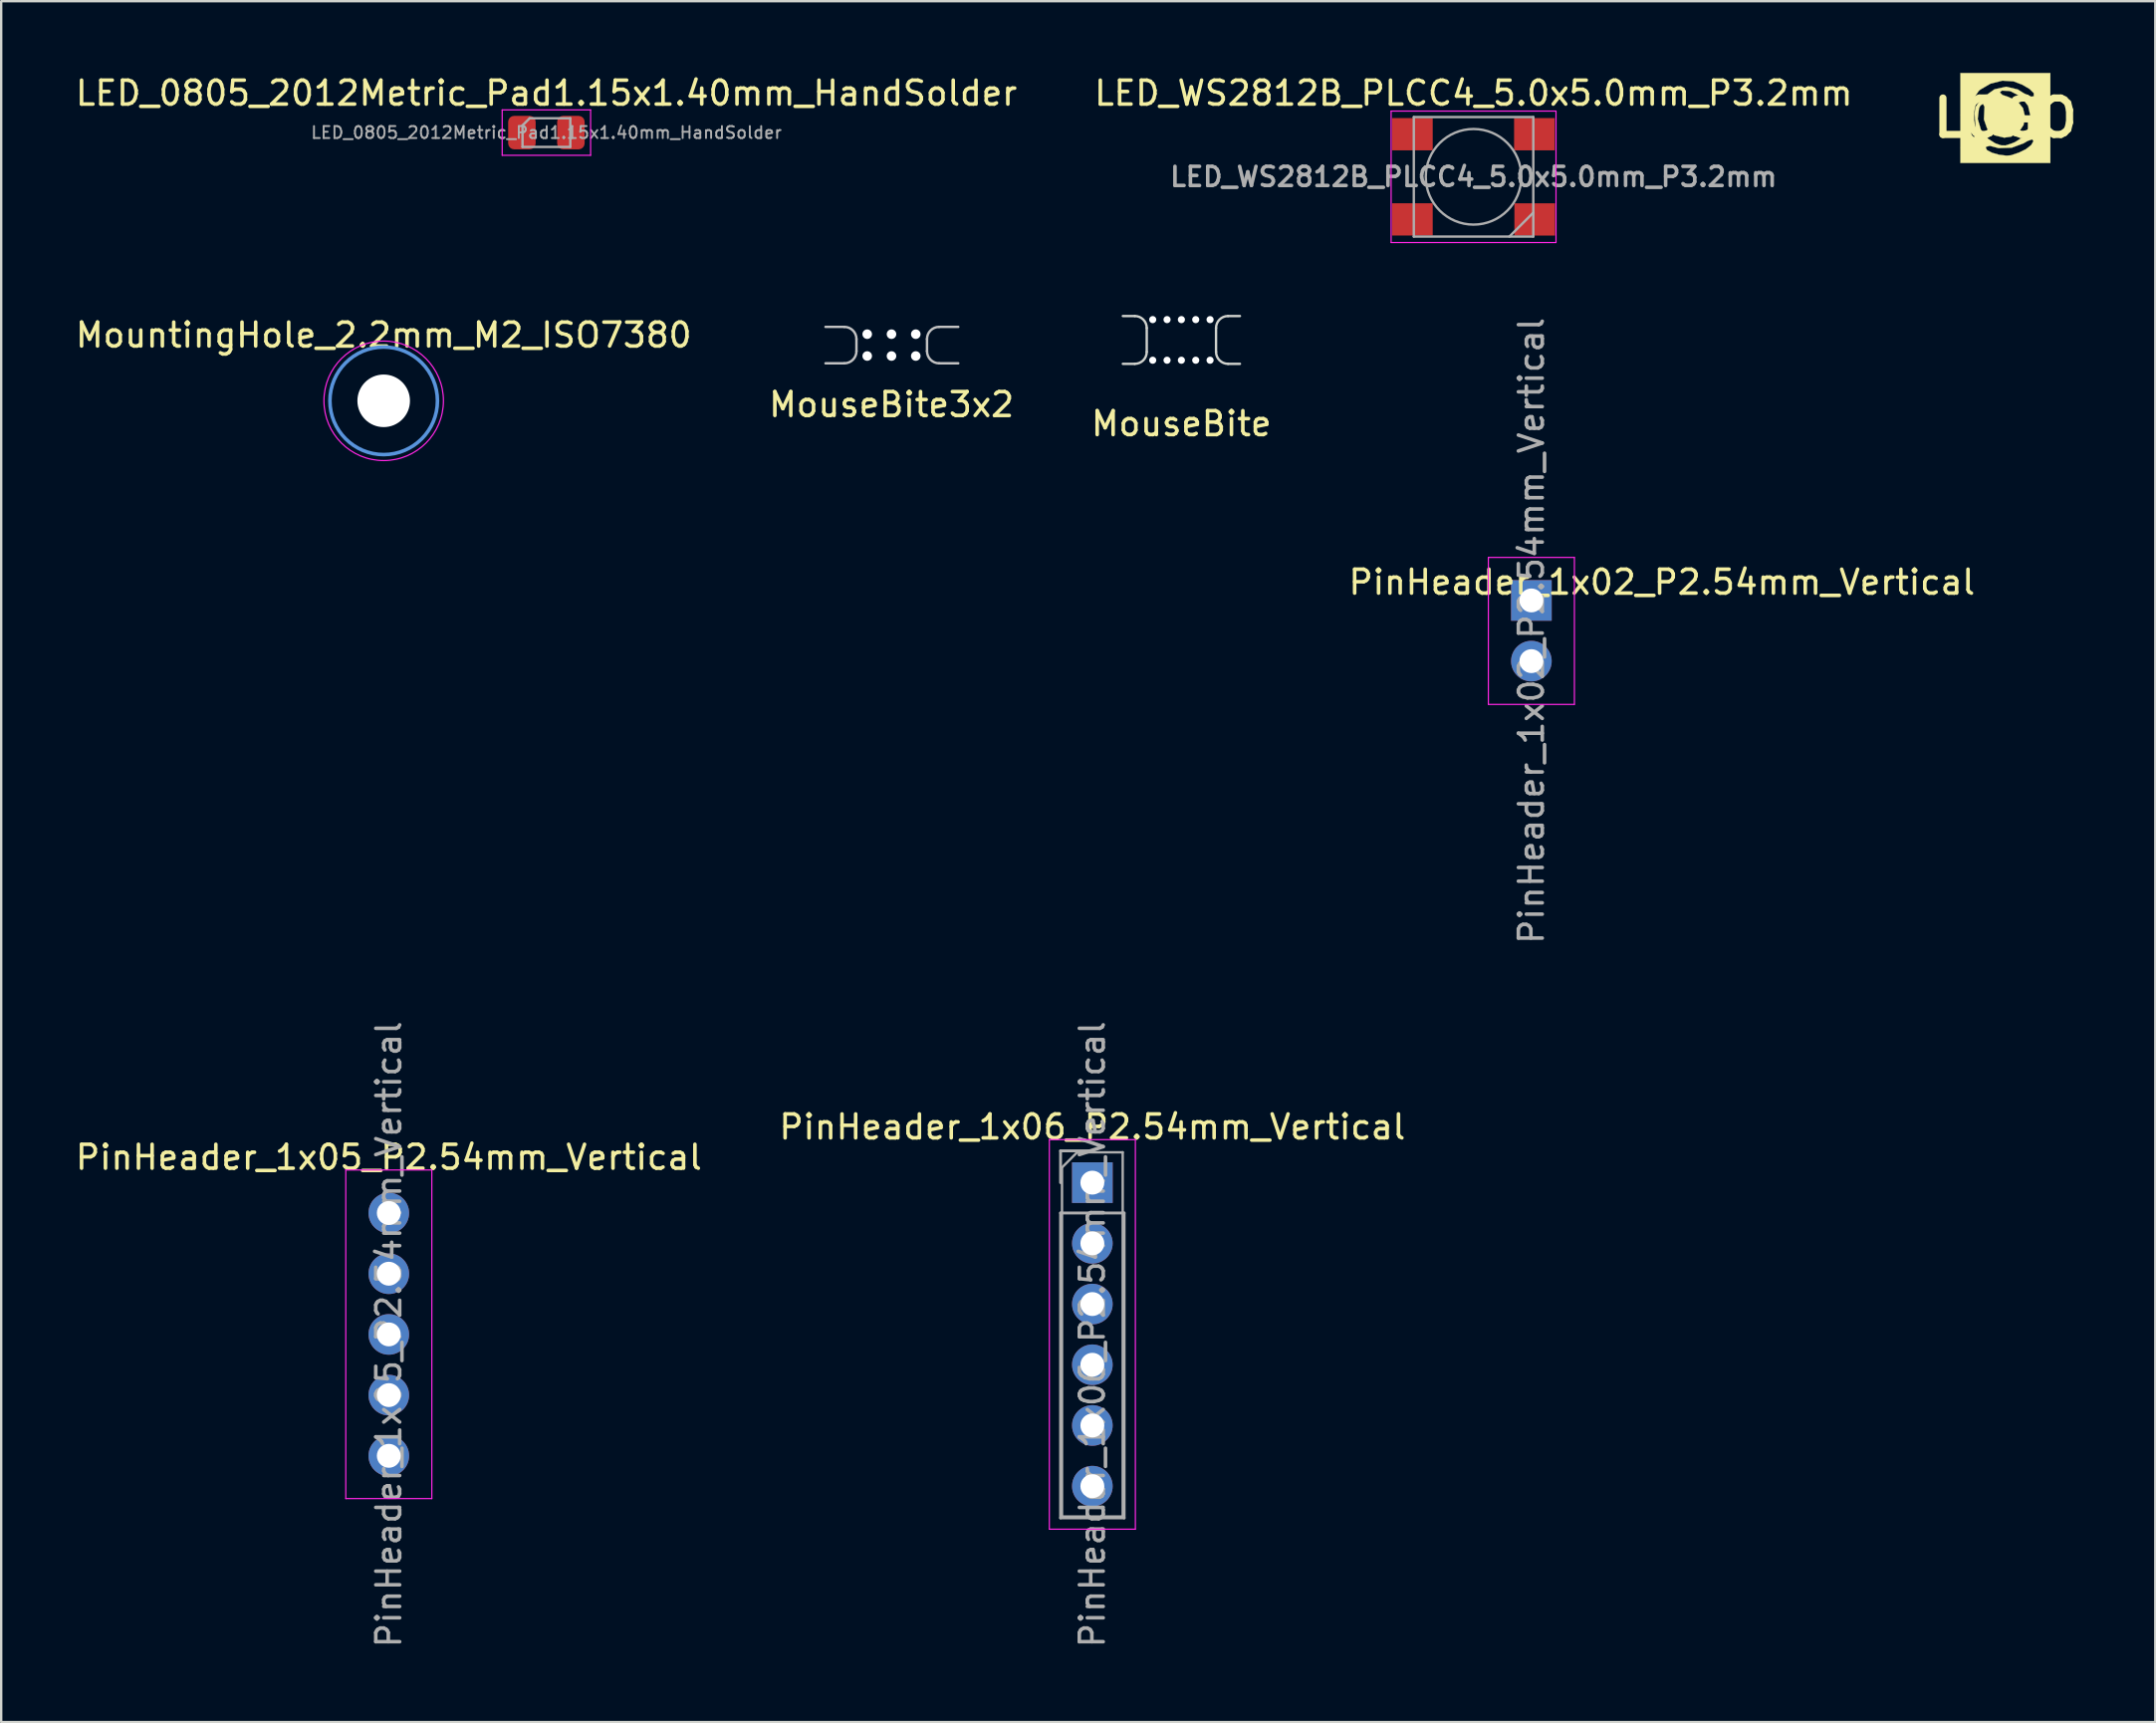
<source format=kicad_pcb>
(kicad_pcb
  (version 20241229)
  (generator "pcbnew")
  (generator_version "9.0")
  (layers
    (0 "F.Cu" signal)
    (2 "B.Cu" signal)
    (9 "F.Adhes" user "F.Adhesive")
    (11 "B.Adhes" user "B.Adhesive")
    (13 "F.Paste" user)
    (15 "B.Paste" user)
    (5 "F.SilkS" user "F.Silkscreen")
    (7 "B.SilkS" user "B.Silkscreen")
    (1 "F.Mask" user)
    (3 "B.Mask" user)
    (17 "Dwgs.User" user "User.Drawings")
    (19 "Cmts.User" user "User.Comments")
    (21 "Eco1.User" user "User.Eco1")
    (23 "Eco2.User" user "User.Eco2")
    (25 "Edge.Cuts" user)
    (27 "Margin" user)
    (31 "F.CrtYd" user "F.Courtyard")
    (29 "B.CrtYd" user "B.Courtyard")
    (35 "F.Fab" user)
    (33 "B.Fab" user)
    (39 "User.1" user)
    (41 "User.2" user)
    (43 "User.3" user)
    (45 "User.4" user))
  (footprint "MountingHole_2.2mm_M2_ISO7380"
    (layer "F.Cu")
    (at 13.006 13.721)
    (property "Reference" "MountingHole_2.2mm_M2_ISO7380" (at 0 -2.75 0) (layer "F.SilkS") (effects (font (size 1 1) (thickness 0.15))))
    (attr exclude_from_bom)
    (fp_circle (center 0 0) (end 2.25 0) (stroke (width 0.15) (type solid)) (fill no) (layer "Cmts.User"))
    (fp_circle (center 0 0) (end 2.5 0) (stroke (width 0.05) (type solid)) (fill no) (layer "F.CrtYd"))
    (pad "" np_thru_hole circle (at 0 0) (size 2.2 2.2) (drill 3) (layers "*.Cu" "*.Mask")))
  (footprint "MouseBite"
    (layer "F.Cu")
    (at 46.387 11.173)
    (property "Reference" "MouseBite" (at 0 3.505 0) (layer "F.SilkS") (effects (font (size 1 1) (thickness 0.15))))
    (attr exclude_from_bom)
    (fp_line (start -1.95 -1) (end -2.45 -1) (stroke (width 0.1) (type solid)) (layer "Edge.Cuts"))
    (fp_line (start -1.95 1) (end -2.45 1) (stroke (width 0.1) (type solid)) (layer "Edge.Cuts"))
    (fp_line (start -1.45 -0.5) (end -1.45 0.5) (stroke (width 0.1) (type solid)) (layer "Edge.Cuts"))
    (fp_line (start 1.45 -0.5) (end 1.45 0.5) (stroke (width 0.1) (type solid)) (layer "Edge.Cuts"))
    (fp_line (start 1.95 -1) (end 2.45 -1) (stroke (width 0.1) (type solid)) (layer "Edge.Cuts"))
    (fp_line (start 1.95 1) (end 2.45 1) (stroke (width 0.1) (type solid)) (layer "Edge.Cuts"))
    (fp_arc (start -1.95 -1) (mid -1.596447 -0.853553) (end -1.45 -0.5) (stroke (width 0.1) (type solid)) (layer "Edge.Cuts"))
    (fp_arc (start -1.45 0.5) (mid -1.596447 0.853553) (end -1.95 1) (stroke (width 0.1) (type solid)) (layer "Edge.Cuts"))
    (fp_arc (start 1.449999 -0.5) (mid 1.596446 -0.853554) (end 1.949999 -1) (stroke (width 0.1) (type solid)) (layer "Edge.Cuts"))
    (fp_arc (start 1.949999 1) (mid 1.596446 0.853553) (end 1.449999 0.5) (stroke (width 0.1) (type solid)) (layer "Edge.Cuts"))
    (pad "" np_thru_hole circle (at -1.2 -0.85) (size 0.3 0.3) (drill 0.3) (layers "*.Cu" "*.Mask"))
    (pad "" np_thru_hole circle (at -1.2 0.85) (size 0.3 0.3) (drill 0.3) (layers "*.Cu" "*.Mask"))
    (pad "" np_thru_hole circle (at -0.6 -0.85) (size 0.3 0.3) (drill 0.3) (layers "*.Cu" "*.Mask"))
    (pad "" np_thru_hole circle (at -0.6 0.85) (size 0.3 0.3) (drill 0.3) (layers "*.Cu" "*.Mask"))
    (pad "" np_thru_hole circle (at 0 -0.85) (size 0.3 0.3) (drill 0.3) (layers "*.Cu" "*.Mask"))
    (pad "" np_thru_hole circle (at 0 0.85) (size 0.3 0.3) (drill 0.3) (layers "*.Cu" "*.Mask"))
    (pad "" np_thru_hole circle (at 0.6 -0.85) (size 0.3 0.3) (drill 0.3) (layers "*.Cu" "*.Mask"))
    (pad "" np_thru_hole circle (at 0.6 0.85) (size 0.3 0.3) (drill 0.3) (layers "*.Cu" "*.Mask"))
    (pad "" np_thru_hole circle (at 1.2 -0.85) (size 0.3 0.3) (drill 0.3) (layers "*.Cu" "*.Mask"))
    (pad "" np_thru_hole circle (at 1.2 0.85) (size 0.3 0.3) (drill 0.3) (layers "*.Cu" "*.Mask")))
  (footprint "LED_WS2812B_PLCC4_5.0x5.0mm_P3.2mm"
    (layer "F.Cu")
    (at 58.613 4.348)
    (property "Reference" "LED_WS2812B_PLCC4_5.0x5.0mm_P3.2mm" (at 0 -3.5 0) (layer "F.SilkS") (effects (font (size 1 1) (thickness 0.15))))
    (attr smd)
    (fp_line (start -3.45 -2.75) (end -3.45 2.75) (stroke (width 0.05) (type solid)) (layer "F.CrtYd"))
    (fp_line (start -3.45 2.75) (end 3.45 2.75) (stroke (width 0.05) (type solid)) (layer "F.CrtYd"))
    (fp_line (start 3.45 -2.75) (end -3.45 -2.75) (stroke (width 0.05) (type solid)) (layer "F.CrtYd"))
    (fp_line (start 3.45 2.75) (end 3.45 -2.75) (stroke (width 0.05) (type solid)) (layer "F.CrtYd"))
    (fp_line (start -2.5 -2.5) (end -2.5 2.5) (stroke (width 0.1) (type solid)) (layer "F.Fab"))
    (fp_line (start -2.5 2.5) (end 2.5 2.5) (stroke (width 0.1) (type solid)) (layer "F.Fab"))
    (fp_line (start 2.5 -2.5) (end -2.5 -2.5) (stroke (width 0.1) (type solid)) (layer "F.Fab"))
    (fp_line (start 2.5 1.5) (end 1.5 2.5) (stroke (width 0.1) (type solid)) (layer "F.Fab"))
    (fp_line (start 2.5 2.5) (end 2.5 -2.5) (stroke (width 0.1) (type solid)) (layer "F.Fab"))
    (fp_circle (center 0 0) (end 0 -2) (stroke (width 0.1) (type solid)) (fill no) (layer "F.Fab"))
    (fp_text user "${REFERENCE}" (at 0 0 0) (layer "F.Fab") (effects (font (size 0.8 0.8) (thickness 0.15))))
    (pad "1" smd rect (at -2.559 -1.782) (size 1.7 1.35) (layers "F.Cu" "F.Mask" "F.Paste"))
    (pad "2" smd rect (at -2.559 1.782) (size 1.7 1.35) (layers "F.Cu" "F.Mask" "F.Paste"))
    (pad "3" smd rect (at 2.559 1.784) (size 1.7 1.35) (layers "F.Cu" "F.Mask" "F.Paste"))
    (pad "4" smd rect (at 2.546 -1.782) (size 1.7 1.35) (layers "F.Cu" "F.Mask" "F.Paste")))
  (footprint "PinHeader_1x02_P2.54mm_Vertical"
    (layer "F.Cu")
    (at 61.033 22.073)
    (property "Reference" "PinHeader_1x02_P2.54mm_Vertical" (at 5.461 -0.762 0) (layer "F.SilkS") (effects (font (size 1 1) (thickness 0.15))))
    (fp_line (start -1.8 -1.8) (end -1.8 4.35) (stroke (width 0.05) (type solid)) (layer "F.CrtYd"))
    (fp_line (start -1.8 4.35) (end 1.8 4.35) (stroke (width 0.05) (type solid)) (layer "F.CrtYd"))
    (fp_line (start 1.8 -1.8) (end -1.8 -1.8) (stroke (width 0.05) (type solid)) (layer "F.CrtYd"))
    (fp_line (start 1.8 4.35) (end 1.8 -1.8) (stroke (width 0.05) (type solid)) (layer "F.CrtYd"))
    (fp_text user "${REFERENCE}" (at 0 1.27 90) (layer "F.Fab") (effects (font (size 1 1) (thickness 0.15))))
    (pad "1" thru_hole rect (at 0 0 180) (size 1.7 1.7) (drill 1) (layers "*.Cu" "*.Mask"))
    (pad "2" thru_hole oval (at 0 2.54 180) (size 1.7 1.7) (drill 1) (layers "*.Cu" "*.Mask")))
  (footprint "LED_0805_2012Metric_Pad1.15x1.40mm_HandSolder"
    (layer "F.Cu")
    (at 19.815 2.498)
    (property "Reference" "LED_0805_2012Metric_Pad1.15x1.40mm_HandSolder" (at 0 -1.65 0) (layer "F.SilkS") (effects (font (size 1 1) (thickness 0.15))))
    (attr smd)
    (fp_line (start -1.85 -0.95) (end 1.85 -0.95) (stroke (width 0.05) (type solid)) (layer "F.CrtYd"))
    (fp_line (start -1.85 0.95) (end -1.85 -0.95) (stroke (width 0.05) (type solid)) (layer "F.CrtYd"))
    (fp_line (start 1.85 -0.95) (end 1.85 0.95) (stroke (width 0.05) (type solid)) (layer "F.CrtYd"))
    (fp_line (start 1.85 0.95) (end -1.85 0.95) (stroke (width 0.05) (type solid)) (layer "F.CrtYd"))
    (fp_line (start -1 -0.3) (end -1 0.6) (stroke (width 0.1) (type solid)) (layer "F.Fab"))
    (fp_line (start -1 0.6) (end 1 0.6) (stroke (width 0.1) (type solid)) (layer "F.Fab"))
    (fp_line (start -0.7 -0.6) (end -1 -0.3) (stroke (width 0.1) (type solid)) (layer "F.Fab"))
    (fp_line (start 1 -0.6) (end -0.7 -0.6) (stroke (width 0.1) (type solid)) (layer "F.Fab"))
    (fp_line (start 1 0.6) (end 1 -0.6) (stroke (width 0.1) (type solid)) (layer "F.Fab"))
    (fp_text user "${REFERENCE}" (at 0 0 0) (layer "F.Fab") (effects (font (size 0.5 0.5) (thickness 0.08))))
    (pad "1" smd roundrect (at -1.025 0) (size 1.15 1.4) (layers "F.Cu" "F.Mask" "F.Paste") (roundrect_rratio 0.217))
    (pad "2" smd roundrect (at 1.025 0) (size 1.15 1.4) (layers "F.Cu" "F.Mask" "F.Paste") (roundrect_rratio 0.217)))
  (footprint "LOGO"
    (layer "F.Cu")
    (at 80.868 1.886)
    (property "Reference" "LOGO" (at 0 0 0) (layer "F.SilkS") (effects (font (size 1.524 1.524) (thickness 0.3))))
    (attr through_hole exclude_from_bom)
    (fp_poly (pts (xy 1.881 1.881) (xy -1.881 1.881) (xy -1.881 1.235) (xy -0.823 1.235) (xy -0.771 1.346) (xy -0.558 1.456) (xy -0.26 1.54) (xy 0.049 1.577) (xy 0.235 1.562) (xy 0.558 1.453) (xy 0.853 1.311) (xy 1.079 1.135) (xy 1.176 0.968) (xy 1.176 0.965) (xy 1.119 0.893) (xy 0.928 0.963) (xy 0.76 1.061) (xy 0.268 1.243) (xy -0.283 1.261) (xy -0.647 1.166) (xy -0.8 1.202) (xy -0.823 1.235) (xy -1.881 1.235) (xy -1.881 -0.123) (xy -1.559 -0.123) (xy -1.514 0.412) (xy -1.401 0.722) (xy -1.309 0.811) (xy -1.252 0.691) (xy -1.244 0.375) (xy -1.259 0.181) (xy -1.27 0.039) (xy -1.158 0.039) (xy -1.026 0.485) (xy -0.741 0.86) (xy -0.425 1.061) (xy -0.183 1.146) (xy 0.01 1.15) (xy 0.263 1.068) (xy 0.406 1.009) (xy 0.796 0.763) (xy 1.004 0.403) (xy 1.058 -0.045) (xy 0.95 -0.509) (xy 0.658 -0.885) (xy 0.234 -1.111) (xy 0.147 -1.132) (xy -0.142 -1.146) (xy -0.234 -1.073) (xy -0.123 -0.963) (xy 0.117 -0.882) (xy 0.504 -0.704) (xy 0.736 -0.412) (xy 0.82 -0.062) (xy 0.76 0.291) (xy 0.563 0.591) (xy 0.234 0.783) (xy -0.05 0.823) (xy -0.466 0.721) (xy -0.762 0.448) (xy -0.898 0.058) (xy -0.885 -0.203) (xy -0.873 -0.471) (xy -0.938 -0.589) (xy -1.044 -0.523) (xy -1.105 -0.402) (xy -1.158 0.039) (xy -1.27 0.039) (xy -1.288 -0.201) (xy -1.252 -0.447) (xy -1.119 -0.657) (xy -0.91 -0.878) (xy -0.451 -1.201) (xy 0.037 -1.307) (xy 0.519 -1.193) (xy 0.757 -1.043) (xy 1.033 -0.883) (xy 1.19 -0.908) (xy 1.188 -1.04) (xy 1.013 -1.213) (xy 0.716 -1.388) (xy 0.348 -1.53) (xy 0.34 -1.532) (xy -0.123 -1.562) (xy -0.624 -1.436) (xy -1.054 -1.185) (xy -1.122 -1.122) (xy -1.421 -0.671) (xy -1.559 -0.123) (xy -1.881 -0.123) (xy -1.881 -1.881) (xy 1.881 -1.881) (xy 1.881 1.881)) (stroke (width 0.01) (type solid)) (fill yes) (layer "F.SilkS")))
  (footprint "PinHeader_1x06_P2.54mm_Vertical"
    (layer "F.Cu")
    (at 42.661 46.434)
    (property "Reference" "PinHeader_1x06_P2.54mm_Vertical" (at 0 -2.33 0) (layer "F.SilkS") (effects (font (size 1 1) (thickness 0.15))))
    (fp_line (start -1.8 -1.8) (end -1.8 14.5) (stroke (width 0.05) (type solid)) (layer "F.CrtYd"))
    (fp_line (start -1.8 14.5) (end 1.8 14.5) (stroke (width 0.05) (type solid)) (layer "F.CrtYd"))
    (fp_line (start 1.8 -1.8) (end -1.8 -1.8) (stroke (width 0.05) (type solid)) (layer "F.CrtYd"))
    (fp_line (start 1.8 14.5) (end 1.8 -1.8) (stroke (width 0.05) (type solid)) (layer "F.CrtYd"))
    (fp_line (start -1.33 -1.33) (end 0 -1.33) (stroke (width 0.12) (type solid)) (layer "F.Fab"))
    (fp_line (start -1.33 0) (end -1.33 -1.33) (stroke (width 0.12) (type solid)) (layer "F.Fab"))
    (fp_line (start -1.33 1.27) (end -1.33 14.03) (stroke (width 0.12) (type solid)) (layer "F.Fab"))
    (fp_line (start -1.33 1.27) (end 1.33 1.27) (stroke (width 0.12) (type solid)) (layer "F.Fab"))
    (fp_line (start -1.33 14.03) (end 1.33 14.03) (stroke (width 0.12) (type solid)) (layer "F.Fab"))
    (fp_line (start -1.27 -0.635) (end -0.635 -1.27) (stroke (width 0.1) (type solid)) (layer "F.Fab"))
    (fp_line (start -1.27 13.97) (end -1.27 -0.635) (stroke (width 0.1) (type solid)) (layer "F.Fab"))
    (fp_line (start -0.635 -1.27) (end 1.27 -1.27) (stroke (width 0.1) (type solid)) (layer "F.Fab"))
    (fp_line (start 1.27 -1.27) (end 1.27 13.97) (stroke (width 0.1) (type solid)) (layer "F.Fab"))
    (fp_line (start 1.27 13.97) (end -1.27 13.97) (stroke (width 0.1) (type solid)) (layer "F.Fab"))
    (fp_line (start 1.33 1.27) (end 1.33 14.03) (stroke (width 0.12) (type solid)) (layer "F.Fab"))
    (fp_text user "${REFERENCE}" (at 0 6.35 90) (layer "F.Fab") (effects (font (size 1 1) (thickness 0.15))))
    (pad "1" thru_hole rect (at 0 0) (size 1.7 1.7) (drill 1) (layers "*.Cu" "*.Mask"))
    (pad "2" thru_hole oval (at 0 2.54) (size 1.7 1.7) (drill 1) (layers "*.Cu" "*.Mask"))
    (pad "3" thru_hole oval (at 0 5.08) (size 1.7 1.7) (drill 1) (layers "*.Cu" "*.Mask"))
    (pad "4" thru_hole oval (at 0 7.62) (size 1.7 1.7) (drill 1) (layers "*.Cu" "*.Mask"))
    (pad "5" thru_hole oval (at 0 10.16) (size 1.7 1.7) (drill 1) (layers "*.Cu" "*.Mask"))
    (pad "6" thru_hole oval (at 0 12.7) (size 1.7 1.7) (drill 1) (layers "*.Cu" "*.Mask")))
  (footprint "PinHeader_1x05_P2.54mm_Vertical"
    (layer "F.Cu")
    (at 13.22 47.704)
    (property "Reference" "PinHeader_1x05_P2.54mm_Vertical" (at 0 -2.33 0) (layer "F.SilkS") (effects (font (size 1 1) (thickness 0.15))))
    (fp_line (start -1.8 -1.8) (end -1.8 11.95) (stroke (width 0.05) (type solid)) (layer "F.CrtYd"))
    (fp_line (start -1.8 11.95) (end 1.8 11.95) (stroke (width 0.05) (type solid)) (layer "F.CrtYd"))
    (fp_line (start 1.8 -1.8) (end -1.8 -1.8) (stroke (width 0.05) (type solid)) (layer "F.CrtYd"))
    (fp_line (start 1.8 11.95) (end 1.8 -1.8) (stroke (width 0.05) (type solid)) (layer "F.CrtYd"))
    (fp_text user "${REFERENCE}" (at 0 5.08 90) (layer "F.Fab") (effects (font (size 1 1) (thickness 0.15))))
    (pad "1" thru_hole oval (at 0 0 180) (size 1.7 1.7) (drill 1) (layers "*.Cu" "*.Mask"))
    (pad "2" thru_hole oval (at 0 2.54 180) (size 1.7 1.7) (drill 1) (layers "*.Cu" "*.Mask"))
    (pad "3" thru_hole oval (at 0 5.08 180) (size 1.7 1.7) (drill 1) (layers "*.Cu" "*.Mask"))
    (pad "4" thru_hole oval (at 0 7.62 180) (size 1.7 1.7) (drill 1) (layers "*.Cu" "*.Mask"))
    (pad "5" thru_hole oval (at 0 10.16 180) (size 1.7 1.7) (drill 1) (layers "*.Cu" "*.Mask")))
  (footprint "MouseBite3x2"
    (layer "F.Cu")
    (at 34.256 10.373)
    (property "Reference" "MouseBite3x2" (at 0 3.505 0) (layer "F.SilkS") (effects (font (size 1 1) (thickness 0.15))))
    (attr through_hole)
    (fp_line (start -1.975 0.254) (end -2.762 0.254) (stroke (width 0.102) (type solid)) (layer "Dwgs.User"))
    (fp_line (start -1.975 1.778) (end -2.762 1.778) (stroke (width 0.102) (type solid)) (layer "Dwgs.User"))
    (fp_line (start -1.467 1.27) (end -1.467 0.762) (stroke (width 0.102) (type solid)) (layer "Dwgs.User"))
    (fp_line (start 1.486 0.762) (end 1.486 1.27) (stroke (width 0.102) (type solid)) (layer "Dwgs.User"))
    (fp_line (start 1.994 0.254) (end 2.794 0.254) (stroke (width 0.102) (type solid)) (layer "Dwgs.User"))
    (fp_line (start 1.994 1.778) (end 2.794 1.778) (stroke (width 0.102) (type solid)) (layer "Dwgs.User"))
    (fp_arc (start -1.9746 0.254) (mid -1.61539 0.40279) (end -1.4666 0.762) (stroke (width 0.1016) (type solid)) (layer "Dwgs.User"))
    (fp_arc (start -1.4666 1.27) (mid -1.61539 1.62921) (end -1.9746 1.778) (stroke (width 0.1016) (type solid)) (layer "Dwgs.User"))
    (fp_arc (start 1.4859 0.762) (mid 1.63469 0.40279) (end 1.9939 0.254) (stroke (width 0.1016) (type solid)) (layer "Dwgs.User"))
    (fp_arc (start 1.9939 1.778) (mid 1.63469 1.62921) (end 1.4859 1.27) (stroke (width 0.1016) (type solid)) (layer "Dwgs.User"))
    (pad "" np_thru_hole circle (at -1.016 0.559) (size 0.4 0.4) (drill 0.4) (layers "*.Cu" "*.Mask"))
    (pad "" np_thru_hole circle (at -1.016 1.473) (size 0.4 0.4) (drill 0.4) (layers "*.Cu" "*.Mask"))
    (pad "" np_thru_hole circle (at 0 0.559) (size 0.4 0.4) (drill 0.4) (layers "*.Cu" "*.Mask"))
    (pad "" np_thru_hole circle (at 0 1.473) (size 0.4 0.4) (drill 0.4) (layers "*.Cu" "*.Mask"))
    (pad "" np_thru_hole circle (at 1.016 0.559) (size 0.4 0.4) (drill 0.4) (layers "*.Cu" "*.Mask"))
    (pad "" np_thru_hole circle (at 1.016 1.473) (size 0.4 0.4) (drill 0.4) (layers "*.Cu" "*.Mask")))
  (gr_rect
    (start -3 -3)
    (end 87.141 69.004)
    (stroke (width 0.1) (type default))
    (fill no)
    (layer "Edge.Cuts")))
</source>
